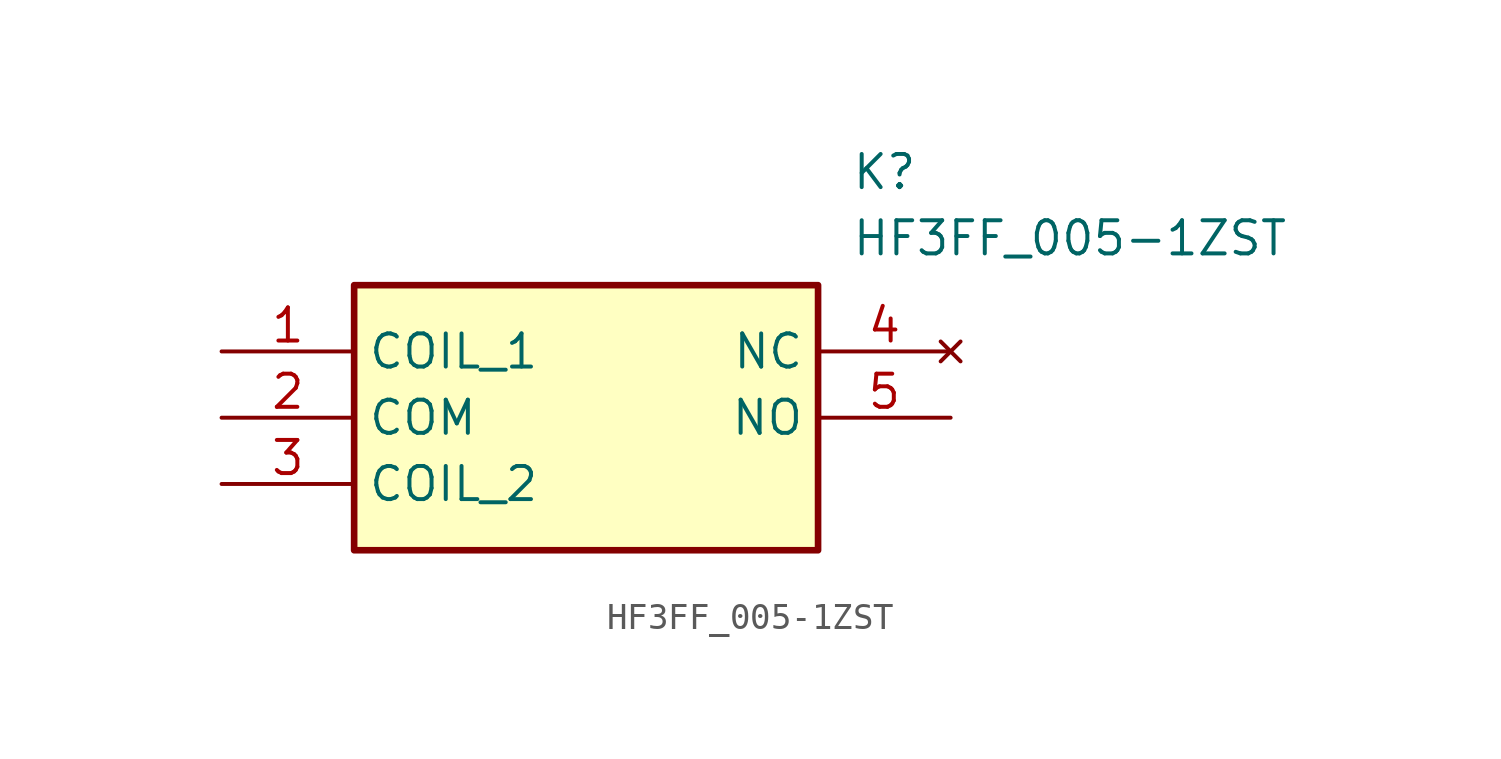
<source format=kicad_sym>
(kicad_symbol_lib
  (version 20211014)
  (generator SamacSys_ECAD_Model)
  (symbol "HF3FF_005-1ZST"
    (property "Reference" "K"
      (at 24.13 7.62 0)
      (effects (font (size 1.27 1.27)) (justify left top)))
    (property "Value" "HF3FF_005-1ZST"
      (at 24.13 5.08 0)
      (effects (font (size 1.27 1.27)) (justify left top)))
    (rectangle
      (start 5.08 2.54)
      (end 22.86 -7.62)
      (stroke (width 0.254) (type default))
      (fill (type background)))
    (pin passive line
      (at 0 0 0)
      (length 5.08)
      (name "COIL_1" (effects (font (size 1.27 1.27))))
      (number "1" (effects (font (size 1.27 1.27)))))
    (pin passive line
      (at 0 -2.54 0)
      (length 5.08)
      (name "COM" (effects (font (size 1.27 1.27))))
      (number "2" (effects (font (size 1.27 1.27)))))
    (pin passive line
      (at 0 -5.08 0)
      (length 5.08)
      (name "COIL_2" (effects (font (size 1.27 1.27))))
      (number "3" (effects (font (size 1.27 1.27)))))
    (pin no_connect line
      (at 27.94 0 180)
      (length 5.08)
      (name "NC" (effects (font (size 1.27 1.27))))
      (number "4" (effects (font (size 1.27 1.27)))))
    (pin passive line
      (at 27.94 -2.54 180)
      (length 5.08)
      (name "NO" (effects (font (size 1.27 1.27))))
      (number "5" (effects (font (size 1.27 1.27)))))))
</source>
